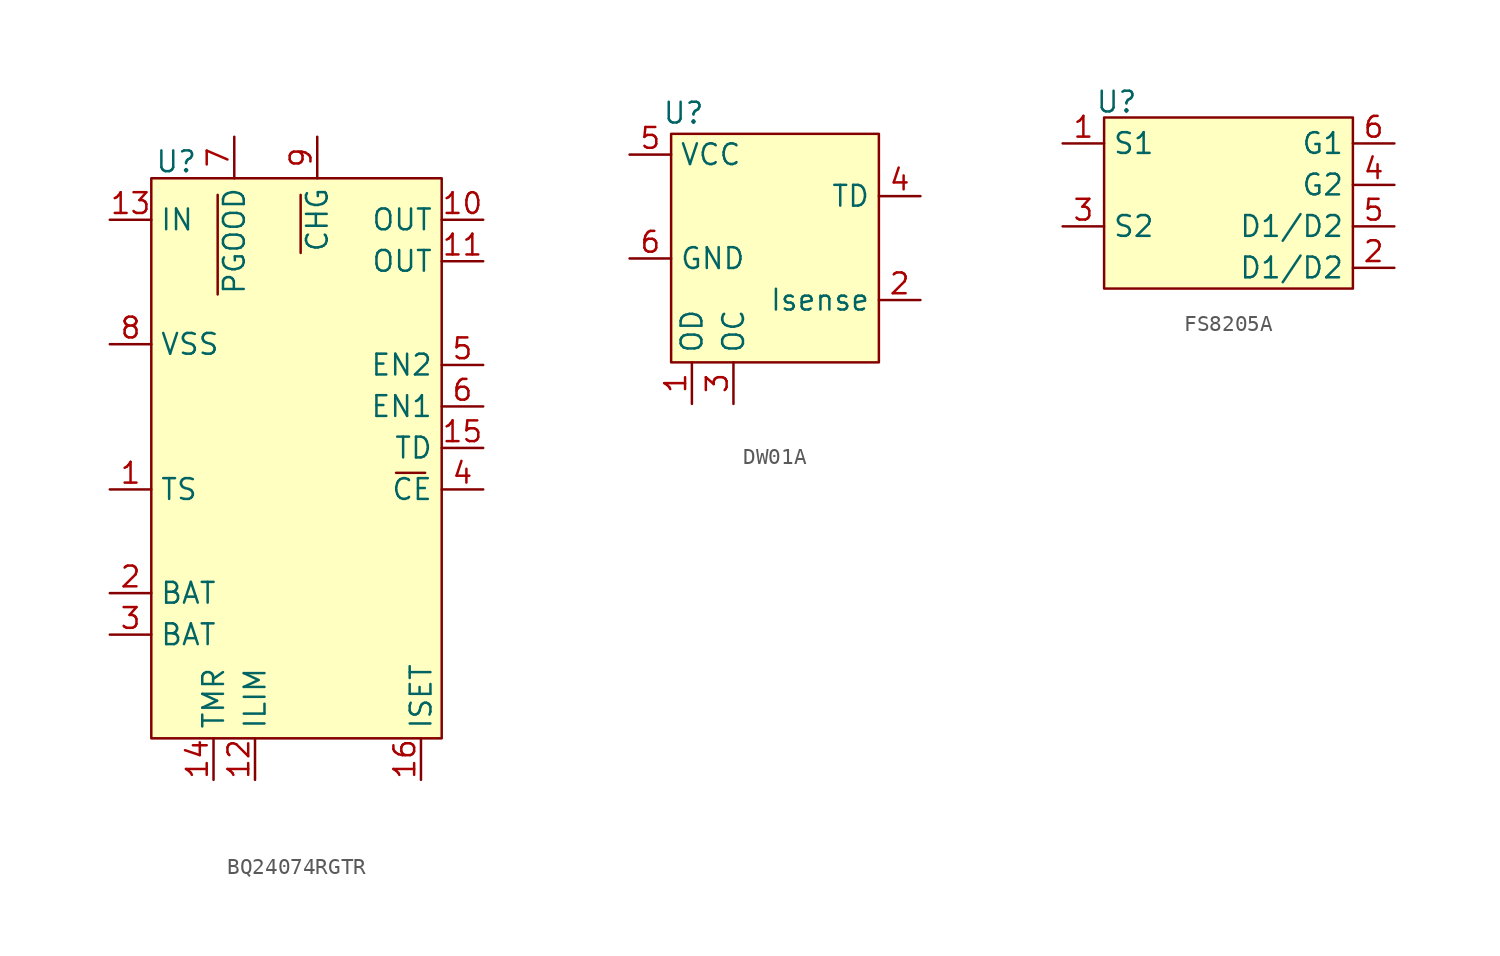
<source format=kicad_sym>
(kicad_symbol_lib
  (version 20241209)
  (generator "kicad_symbol_editor")
  (generator_version "9.0")
  (symbol "BQ24074RGTR"
    (property "Reference" "U"
      (at -9.906 9.906 0)
      (effects (font (size 1.27 1.27))))
    (property "Value" ""
      (at 0 0 0)
      (effects (font (size 1.27 1.27))))
    (symbol "BQ24074RGTR_1_1"
      (rectangle (start -11.43 8.89) (end 6.35 -25.4) (stroke (width 0) (type solid)) (fill (type background)))
      (polyline (pts (xy -7.366 7.874) (xy -7.366 1.778)) (stroke (width 0) (type default)) (fill (type none)))
      (polyline (pts (xy -2.286 7.874) (xy -2.286 4.318)) (stroke (width 0) (type default)) (fill (type none)))
      (polyline (pts (xy 3.556 -9.144) (xy 5.334 -9.144)) (stroke (width 0) (type default)) (fill (type none)))
      (pin power_in line (at -13.97 6.35 0) (length 2.54) (name "IN" (effects (font (size 1.27 1.27)))) (number "13" (effects (font (size 1.27 1.27)))))
      (pin power_in line (at -13.97 -1.27 0) (length 2.54) (name "VSS" (effects (font (size 1.27 1.27)))) (number "8" (effects (font (size 1.27 1.27)))))
      (pin input line (at -13.97 -10.16 0) (length 2.54) (name "TS" (effects (font (size 1.27 1.27)))) (number "1" (effects (font (size 1.27 1.27)))))
      (pin input line (at -13.97 -16.51 0) (length 2.54) (name "BAT" (effects (font (size 1.27 1.27)))) (number "2" (effects (font (size 1.27 1.27)))))
      (pin input line (at -13.97 -19.05 0) (length 2.54) (name "BAT" (effects (font (size 1.27 1.27)))) (number "3" (effects (font (size 1.27 1.27)))))
      (pin input line (at -7.62 -27.94 90) (length 2.54) (name "TMR" (effects (font (size 1.27 1.27)))) (number "14" (effects (font (size 1.27 1.27)))))
      (pin input line (at -6.35 11.43 270) (length 2.54) (name "PGOOD" (effects (font (size 1.27 1.27)))) (number "7" (effects (font (size 1.27 1.27)))))
      (pin input line (at -5.08 -27.94 90) (length 2.54) (name "ILIM" (effects (font (size 1.27 1.27)))) (number "12" (effects (font (size 1.27 1.27)))))
      (pin input line (at -1.27 11.43 270) (length 2.54) (name "CHG" (effects (font (size 1.27 1.27)))) (number "9" (effects (font (size 1.27 1.27)))))
      (pin input line (at 5.08 -27.94 90) (length 2.54) (name "ISET" (effects (font (size 1.27 1.27)))) (number "16" (effects (font (size 1.27 1.27)))))
      (pin passive line (at 8.89 6.35 180) (length 2.54) (name "OUT" (effects (font (size 1.27 1.27)))) (number "10" (effects (font (size 1.27 1.27)))))
      (pin power_out line (at 8.89 3.81 180) (length 2.54) (name "OUT" (effects (font (size 1.27 1.27)))) (number "11" (effects (font (size 1.27 1.27)))))
      (pin input line (at 8.89 -2.54 180) (length 2.54) (name "EN2" (effects (font (size 1.27 1.27)))) (number "5" (effects (font (size 1.27 1.27)))))
      (pin input line (at 8.89 -5.08 180) (length 2.54) (name "EN1" (effects (font (size 1.27 1.27)))) (number "6" (effects (font (size 1.27 1.27)))))
      (pin input line (at 8.89 -7.62 180) (length 2.54) (name "TD" (effects (font (size 1.27 1.27)))) (number "15" (effects (font (size 1.27 1.27)))))
      (pin input line (at 8.89 -10.16 180) (length 2.54) (name "CE" (effects (font (size 1.27 1.27)))) (number "4" (effects (font (size 1.27 1.27)))))))
  (symbol "DW01A"
    (property "Reference" "U"
      (at -3.048 8.89 0)
      (effects (font (size 1.27 1.27))))
    (property "Value" ""
      (at 0 0 0)
      (effects (font (size 1.27 1.27))))
    (symbol "DW01A_1_1"
      (rectangle (start -3.81 7.62) (end 8.89 -6.35) (stroke (width 0) (type solid)) (fill (type background)))
      (pin passive line (at -6.35 6.35 0) (length 2.54) (name "VCC" (effects (font (size 1.27 1.27)))) (number "5" (effects (font (size 1.27 1.27)))))
      (pin passive line (at -6.35 0 0) (length 2.54) (name "GND" (effects (font (size 1.27 1.27)))) (number "6" (effects (font (size 1.27 1.27)))))
      (pin passive line (at -2.54 -8.89 90) (length 2.54) (name "OD" (effects (font (size 1.27 1.27)))) (number "1" (effects (font (size 1.27 1.27)))))
      (pin passive line (at 0 -8.89 90) (length 2.54) (name "OC" (effects (font (size 1.27 1.27)))) (number "3" (effects (font (size 1.27 1.27)))))
      (pin passive line (at 11.43 3.81 180) (length 2.54) (name "TD" (effects (font (size 1.27 1.27)))) (number "4" (effects (font (size 1.27 1.27)))))
      (pin passive line (at 11.43 -2.54 180) (length 2.54) (name "Isense" (effects (font (size 1.27 1.27)))) (number "2" (effects (font (size 1.27 1.27)))))))
  (symbol "FS8205A"
    (property "Reference" "U"
      (at -4.318 5.08 0)
      (effects (font (size 1.27 1.27))))
    (property "Value" ""
      (at 0 0 0)
      (effects (font (size 1.27 1.27))))
    (symbol "FS8205A_1_1"
      (rectangle (start -5.08 4.128) (end 10.16 -6.35) (stroke (width 0) (type solid)) (fill (type background)))
      (pin passive line (at -7.62 2.54 0) (length 2.54) (name "S1" (effects (font (size 1.27 1.27)))) (number "1" (effects (font (size 1.27 1.27)))))
      (pin passive line (at -7.62 -2.54 0) (length 2.54) (name "S2" (effects (font (size 1.27 1.27)))) (number "3" (effects (font (size 1.27 1.27)))))
      (pin input line (at 12.7 2.54 180) (length 2.54) (name "G1" (effects (font (size 1.27 1.27)))) (number "6" (effects (font (size 1.27 1.27)))))
      (pin input line (at 12.7 0 180) (length 2.54) (name "G2" (effects (font (size 1.27 1.27)))) (number "4" (effects (font (size 1.27 1.27)))))
      (pin passive line (at 12.7 -2.54 180) (length 2.54) (name "D1/D2" (effects (font (size 1.27 1.27)))) (number "5" (effects (font (size 1.27 1.27)))))
      (pin passive line (at 12.7 -5.08 180) (length 2.54) (name "D1/D2" (effects (font (size 1.27 1.27)))) (number "2" (effects (font (size 1.27 1.27))))))))
</source>
